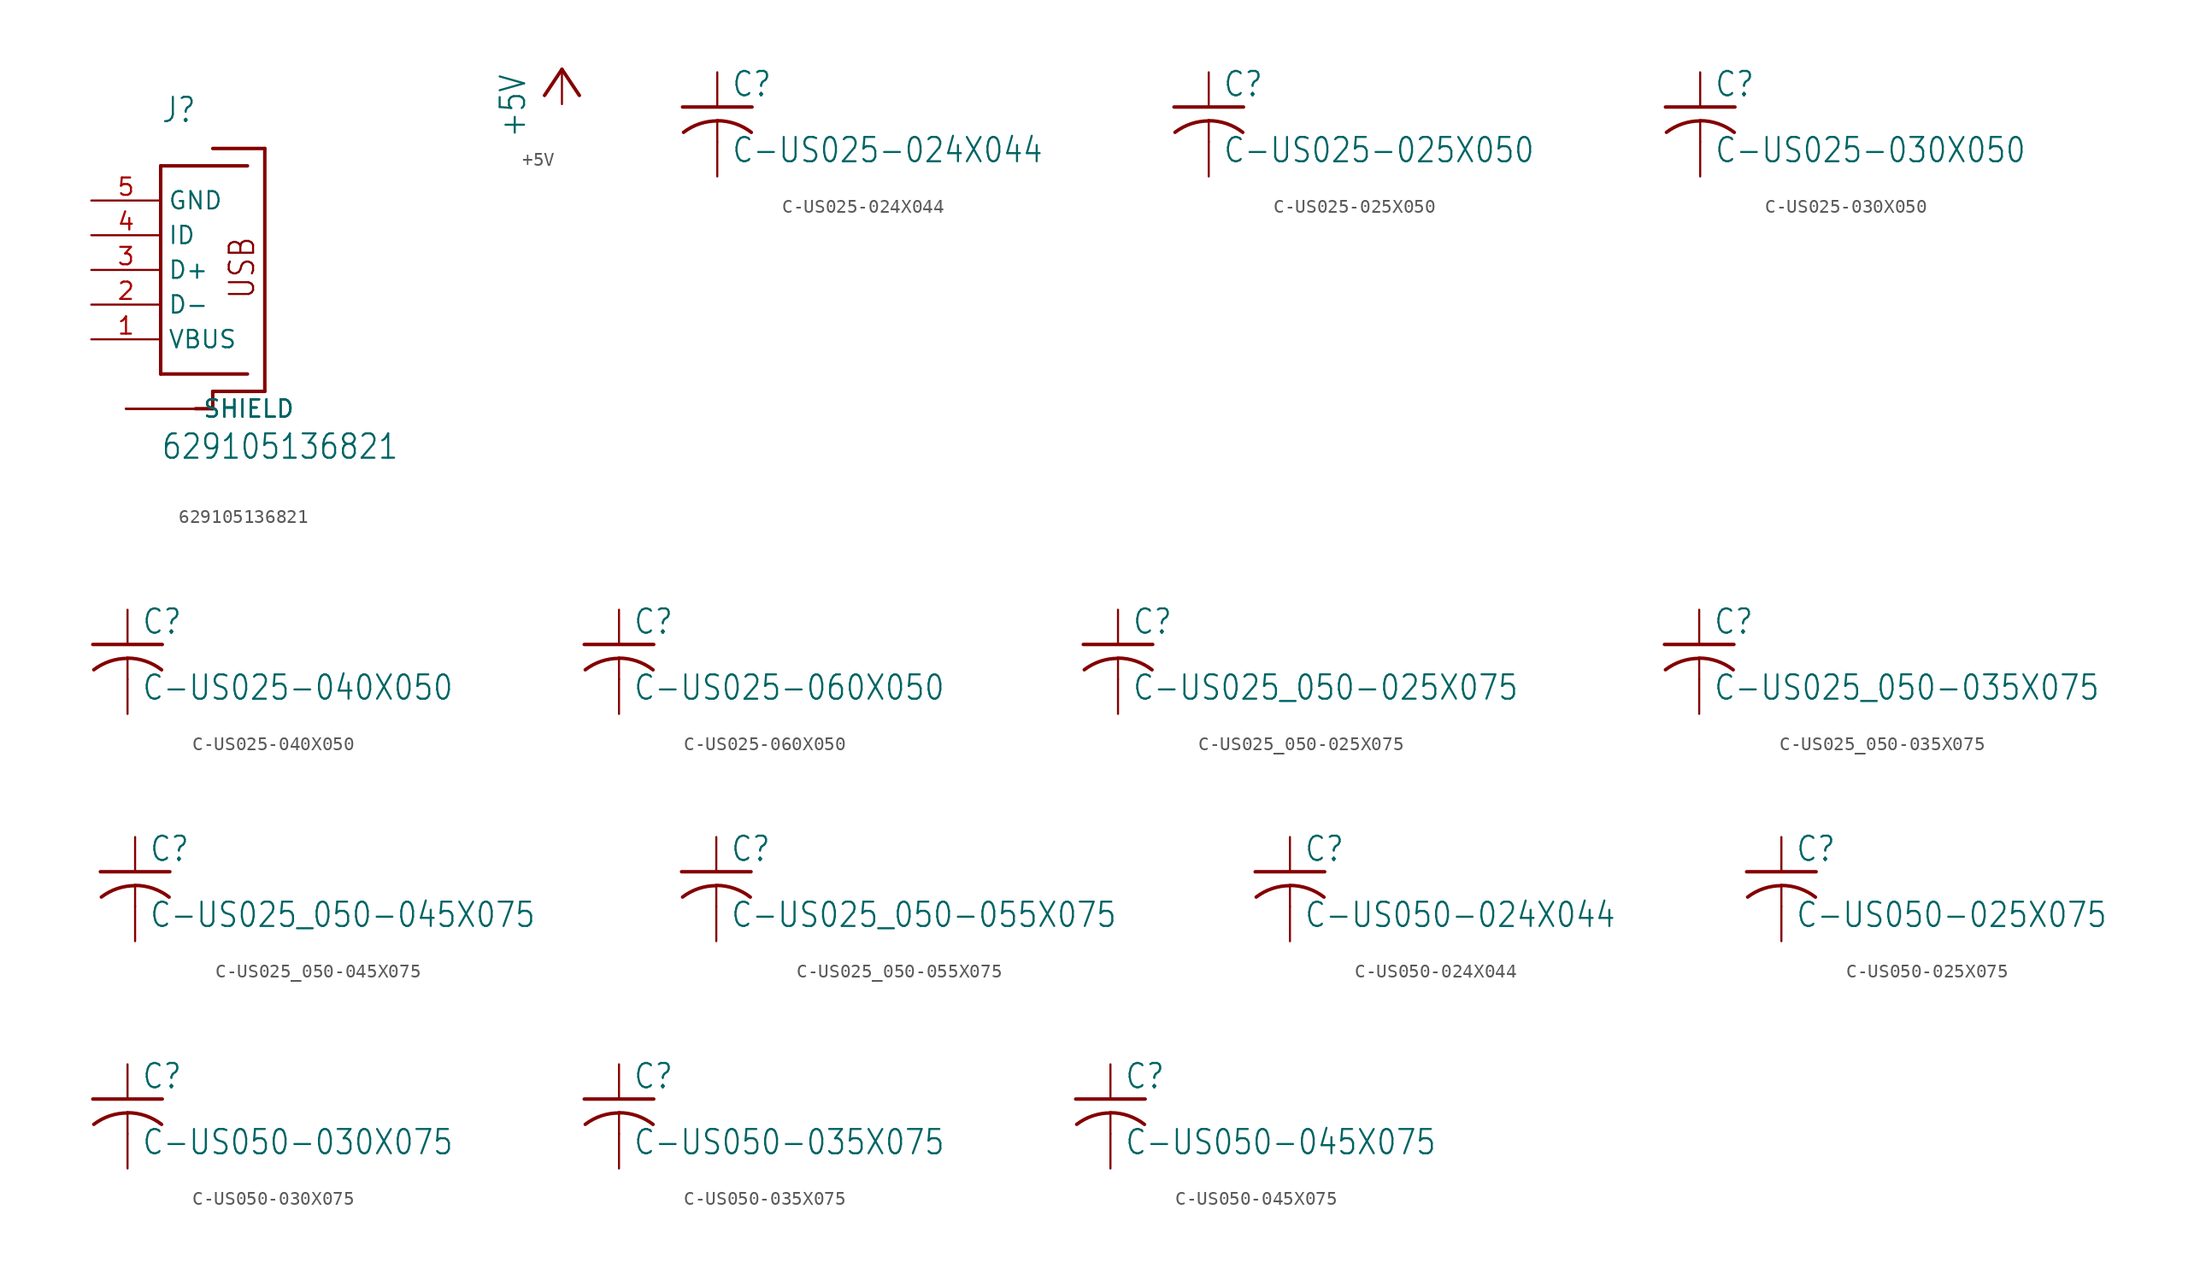
<source format=kicad_sym>
(kicad_symbol_lib
  (version 20201005)
  (generator kicad_symbol_editor)
  (symbol "629105136821"
    (property "Reference" "J"
      (at -2.54 10.668 0)
      (effects (font (size 1.778 1.511)) (justify left bottom)))
    (property "Value" "629105136821"
      (at -2.54 -13.97 0)
      (effects (font (size 1.778 1.511)) (justify left bottom)))
    (property "ki_locked" ""
      (at 0 0 0)
      (effects (font (size 1.27 1.27))))
    (symbol "629105136821_1_0"
      (text "USB" (at 4.445 -2.223 900) (effects (font (size 1.778 1.511)) (justify left bottom)))
      (polyline (pts (xy -2.54 -7.62) (xy -2.54 7.62)) (stroke (width 0.254)) (fill (type none)))
      (polyline (pts (xy -2.54 7.62) (xy 3.81 7.62)) (stroke (width 0.254)) (fill (type none)))
      (polyline (pts (xy 3.81 -7.62) (xy -2.54 -7.62)) (stroke (width 0.254)) (fill (type none)))
      (polyline (pts (xy 5.08 8.89) (xy 5.08 -8.89)) (stroke (width 0.254)) (fill (type none)))
      (polyline (pts (xy 5.08 -8.89) (xy 1.27 -8.89)) (stroke (width 0.254)) (fill (type none)))
      (polyline (pts (xy 1.27 -8.89) (xy 1.27 -10.16)) (stroke (width 0.254)) (fill (type none)))
      (polyline (pts (xy 0 -10.16) (xy 1.27 -10.16)) (stroke (width 0.254)) (fill (type none)))
      (polyline (pts (xy 1.27 8.89) (xy 5.08 8.89)) (stroke (width 0.254)) (fill (type none)))
      (pin passive line (at -7.62 5.08 0) (length 5.08) (name "GND" (effects (font (size 1.27 1.27)))) (number "5" (effects (font (size 1.27 1.27)))))
      (pin passive line (at -7.62 2.54 0) (length 5.08) (name "ID" (effects (font (size 1.27 1.27)))) (number "4" (effects (font (size 1.27 1.27)))))
      (pin passive line (at -7.62 0 0) (length 5.08) (name "D+" (effects (font (size 1.27 1.27)))) (number "3" (effects (font (size 1.27 1.27)))))
      (pin passive line (at -7.62 -2.54 0) (length 5.08) (name "D-" (effects (font (size 1.27 1.27)))) (number "2" (effects (font (size 1.27 1.27)))))
      (pin passive line (at -7.62 -5.08 0) (length 5.08) (name "VBUS" (effects (font (size 1.27 1.27)))) (number "1" (effects (font (size 1.27 1.27)))))
      (pin passive line (at -5.08 -10.16 0) (length 5.08) (name "SHIELD" (effects (font (size 1.27 1.27)))) (number "SHELL" (effects (font (size 0 0)))))
      (pin passive line (at -5.08 -10.16 0) (length 5.08) (name "SHIELD" (effects (font (size 1.27 1.27)))) (number "SHELL1" (effects (font (size 0 0)))))
      (pin passive line (at -5.08 -10.16 0) (length 5.08) (name "SHIELD" (effects (font (size 1.27 1.27)))) (number "SHELL2" (effects (font (size 0 0)))))
      (pin passive line (at -5.08 -10.16 0) (length 5.08) (name "SHIELD" (effects (font (size 1.27 1.27)))) (number "SHELL3" (effects (font (size 0 0)))))))
  (symbol "+5V"
    (power)
    (property "Reference" "#P+"
      (at 0 0 0)
      (effects (font (size 1.27 1.27)) hide))
    (property "Value" "+5V"
      (at -2.54 -5.08 90)
      (effects (font (size 1.778 1.511)) (justify left bottom)))
    (property "ki_locked" ""
      (at 0 0 0)
      (effects (font (size 1.27 1.27))))
    (symbol "+5V_1_0"
      (polyline (pts (xy 1.27 -1.905) (xy 0 0)) (stroke (width 0.254)) (fill (type none)))
      (polyline (pts (xy 0 0) (xy -1.27 -1.905)) (stroke (width 0.254)) (fill (type none)))
      (pin power_in line (at 0 -2.54 90) (length 2.54) (name "+5V" (effects (font (size 0 0)))) (number "1" (effects (font (size 0 0)))))))
  (symbol "C-US025-024X044"
    (property "Reference" "C"
      (at 1.016 0.635 0)
      (effects (font (size 1.778 1.511)) (justify left bottom)))
    (property "Value" "C-US025-024X044"
      (at 1.016 -4.191 0)
      (effects (font (size 1.778 1.511)) (justify left bottom)))
    (property "ki_locked" ""
      (at 0 0 0)
      (effects (font (size 1.27 1.27))))
    (symbol "C-US025-024X044_1_0"
      (arc (start 2.4892 -1.8542) (end 0 -1) (radius (at 0 -5.0542) (length 4.0541) (angles 52.1 90)) (stroke (width 0.254)) (fill (type none)))
      (arc (start 0 -1.0161) (end -2.4668 -1.8504) (radius (at 0 -5.0799) (length 4.0638) (angles 90 127.4)) (stroke (width 0.254)) (fill (type none)))
      (polyline (pts (xy -2.54 0) (xy 2.54 0)) (stroke (width 0.254)) (fill (type none)))
      (polyline (pts (xy 0 -1.016) (xy 0 -2.54)) (stroke (width 0.152)) (fill (type none)))
      (pin passive line (at 0 2.54 270) (length 2.54) (name "1" (effects (font (size 0 0)))) (number "1" (effects (font (size 0 0)))))
      (pin passive line (at 0 -5.08 90) (length 2.54) (name "2" (effects (font (size 0 0)))) (number "2" (effects (font (size 0 0)))))))
  (symbol "C-US025-025X050"
    (property "Reference" "C"
      (at 1.016 0.635 0)
      (effects (font (size 1.778 1.511)) (justify left bottom)))
    (property "Value" "C-US025-025X050"
      (at 1.016 -4.191 0)
      (effects (font (size 1.778 1.511)) (justify left bottom)))
    (property "ki_locked" ""
      (at 0 0 0)
      (effects (font (size 1.27 1.27))))
    (symbol "C-US025-025X050_1_0"
      (arc (start 2.4892 -1.8542) (end 0 -1) (radius (at 0 -5.0542) (length 4.0541) (angles 52.1 90)) (stroke (width 0.254)) (fill (type none)))
      (arc (start 0 -1.0161) (end -2.4668 -1.8504) (radius (at 0 -5.0799) (length 4.0638) (angles 90 127.4)) (stroke (width 0.254)) (fill (type none)))
      (polyline (pts (xy -2.54 0) (xy 2.54 0)) (stroke (width 0.254)) (fill (type none)))
      (polyline (pts (xy 0 -1.016) (xy 0 -2.54)) (stroke (width 0.152)) (fill (type none)))
      (pin passive line (at 0 2.54 270) (length 2.54) (name "1" (effects (font (size 0 0)))) (number "1" (effects (font (size 0 0)))))
      (pin passive line (at 0 -5.08 90) (length 2.54) (name "2" (effects (font (size 0 0)))) (number "2" (effects (font (size 0 0)))))))
  (symbol "C-US025-030X050"
    (property "Reference" "C"
      (at 1.016 0.635 0)
      (effects (font (size 1.778 1.511)) (justify left bottom)))
    (property "Value" "C-US025-030X050"
      (at 1.016 -4.191 0)
      (effects (font (size 1.778 1.511)) (justify left bottom)))
    (property "ki_locked" ""
      (at 0 0 0)
      (effects (font (size 1.27 1.27))))
    (symbol "C-US025-030X050_1_0"
      (arc (start 2.4892 -1.8542) (end 0 -1) (radius (at 0 -5.0542) (length 4.0541) (angles 52.1 90)) (stroke (width 0.254)) (fill (type none)))
      (arc (start 0 -1.0161) (end -2.4668 -1.8504) (radius (at 0 -5.0799) (length 4.0638) (angles 90 127.4)) (stroke (width 0.254)) (fill (type none)))
      (polyline (pts (xy -2.54 0) (xy 2.54 0)) (stroke (width 0.254)) (fill (type none)))
      (polyline (pts (xy 0 -1.016) (xy 0 -2.54)) (stroke (width 0.152)) (fill (type none)))
      (pin passive line (at 0 2.54 270) (length 2.54) (name "1" (effects (font (size 0 0)))) (number "1" (effects (font (size 0 0)))))
      (pin passive line (at 0 -5.08 90) (length 2.54) (name "2" (effects (font (size 0 0)))) (number "2" (effects (font (size 0 0)))))))
  (symbol "C-US025-040X050"
    (property "Reference" "C"
      (at 1.016 0.635 0)
      (effects (font (size 1.778 1.511)) (justify left bottom)))
    (property "Value" "C-US025-040X050"
      (at 1.016 -4.191 0)
      (effects (font (size 1.778 1.511)) (justify left bottom)))
    (property "ki_locked" ""
      (at 0 0 0)
      (effects (font (size 1.27 1.27))))
    (symbol "C-US025-040X050_1_0"
      (arc (start 2.4892 -1.8542) (end 0 -1) (radius (at 0 -5.0542) (length 4.0541) (angles 52.1 90)) (stroke (width 0.254)) (fill (type none)))
      (arc (start 0 -1.0161) (end -2.4668 -1.8504) (radius (at 0 -5.0799) (length 4.0638) (angles 90 127.4)) (stroke (width 0.254)) (fill (type none)))
      (polyline (pts (xy -2.54 0) (xy 2.54 0)) (stroke (width 0.254)) (fill (type none)))
      (polyline (pts (xy 0 -1.016) (xy 0 -2.54)) (stroke (width 0.152)) (fill (type none)))
      (pin passive line (at 0 2.54 270) (length 2.54) (name "1" (effects (font (size 0 0)))) (number "1" (effects (font (size 0 0)))))
      (pin passive line (at 0 -5.08 90) (length 2.54) (name "2" (effects (font (size 0 0)))) (number "2" (effects (font (size 0 0)))))))
  (symbol "C-US025-060X050"
    (property "Reference" "C"
      (at 1.016 0.635 0)
      (effects (font (size 1.778 1.511)) (justify left bottom)))
    (property "Value" "C-US025-060X050"
      (at 1.016 -4.191 0)
      (effects (font (size 1.778 1.511)) (justify left bottom)))
    (property "ki_locked" ""
      (at 0 0 0)
      (effects (font (size 1.27 1.27))))
    (symbol "C-US025-060X050_1_0"
      (arc (start 2.4892 -1.8542) (end 0 -1) (radius (at 0 -5.0542) (length 4.0541) (angles 52.1 90)) (stroke (width 0.254)) (fill (type none)))
      (arc (start 0 -1.0161) (end -2.4668 -1.8504) (radius (at 0 -5.0799) (length 4.0638) (angles 90 127.4)) (stroke (width 0.254)) (fill (type none)))
      (polyline (pts (xy -2.54 0) (xy 2.54 0)) (stroke (width 0.254)) (fill (type none)))
      (polyline (pts (xy 0 -1.016) (xy 0 -2.54)) (stroke (width 0.152)) (fill (type none)))
      (pin passive line (at 0 2.54 270) (length 2.54) (name "1" (effects (font (size 0 0)))) (number "1" (effects (font (size 0 0)))))
      (pin passive line (at 0 -5.08 90) (length 2.54) (name "2" (effects (font (size 0 0)))) (number "2" (effects (font (size 0 0)))))))
  (symbol "C-US025_050-025X075"
    (property "Reference" "C"
      (at 1.016 0.635 0)
      (effects (font (size 1.778 1.511)) (justify left bottom)))
    (property "Value" "C-US025_050-025X075"
      (at 1.016 -4.191 0)
      (effects (font (size 1.778 1.511)) (justify left bottom)))
    (property "ki_locked" ""
      (at 0 0 0)
      (effects (font (size 1.27 1.27))))
    (symbol "C-US025_050-025X075_1_0"
      (arc (start 2.4892 -1.8542) (end 0 -1) (radius (at 0 -5.0542) (length 4.0541) (angles 52.1 90)) (stroke (width 0.254)) (fill (type none)))
      (arc (start 0 -1.0161) (end -2.4668 -1.8504) (radius (at 0 -5.0799) (length 4.0638) (angles 90 127.4)) (stroke (width 0.254)) (fill (type none)))
      (polyline (pts (xy -2.54 0) (xy 2.54 0)) (stroke (width 0.254)) (fill (type none)))
      (polyline (pts (xy 0 -1.016) (xy 0 -2.54)) (stroke (width 0.152)) (fill (type none)))
      (pin passive line (at 0 2.54 270) (length 2.54) (name "1" (effects (font (size 0 0)))) (number "1" (effects (font (size 0 0)))))
      (pin passive line (at 0 -5.08 90) (length 2.54) (name "2" (effects (font (size 0 0)))) (number "2" (effects (font (size 0 0)))))))
  (symbol "C-US025_050-035X075"
    (property "Reference" "C"
      (at 1.016 0.635 0)
      (effects (font (size 1.778 1.511)) (justify left bottom)))
    (property "Value" "C-US025_050-035X075"
      (at 1.016 -4.191 0)
      (effects (font (size 1.778 1.511)) (justify left bottom)))
    (property "ki_locked" ""
      (at 0 0 0)
      (effects (font (size 1.27 1.27))))
    (symbol "C-US025_050-035X075_1_0"
      (arc (start 2.4892 -1.8542) (end 0 -1) (radius (at 0 -5.0542) (length 4.0541) (angles 52.1 90)) (stroke (width 0.254)) (fill (type none)))
      (arc (start 0 -1.0161) (end -2.4668 -1.8504) (radius (at 0 -5.0799) (length 4.0638) (angles 90 127.4)) (stroke (width 0.254)) (fill (type none)))
      (polyline (pts (xy -2.54 0) (xy 2.54 0)) (stroke (width 0.254)) (fill (type none)))
      (polyline (pts (xy 0 -1.016) (xy 0 -2.54)) (stroke (width 0.152)) (fill (type none)))
      (pin passive line (at 0 2.54 270) (length 2.54) (name "1" (effects (font (size 0 0)))) (number "1" (effects (font (size 0 0)))))
      (pin passive line (at 0 -5.08 90) (length 2.54) (name "2" (effects (font (size 0 0)))) (number "2" (effects (font (size 0 0)))))))
  (symbol "C-US025_050-045X075"
    (property "Reference" "C"
      (at 1.016 0.635 0)
      (effects (font (size 1.778 1.511)) (justify left bottom)))
    (property "Value" "C-US025_050-045X075"
      (at 1.016 -4.191 0)
      (effects (font (size 1.778 1.511)) (justify left bottom)))
    (property "ki_locked" ""
      (at 0 0 0)
      (effects (font (size 1.27 1.27))))
    (symbol "C-US025_050-045X075_1_0"
      (arc (start 2.4892 -1.8542) (end 0 -1) (radius (at 0 -5.0542) (length 4.0541) (angles 52.1 90)) (stroke (width 0.254)) (fill (type none)))
      (arc (start 0 -1.0161) (end -2.4668 -1.8504) (radius (at 0 -5.0799) (length 4.0638) (angles 90 127.4)) (stroke (width 0.254)) (fill (type none)))
      (polyline (pts (xy -2.54 0) (xy 2.54 0)) (stroke (width 0.254)) (fill (type none)))
      (polyline (pts (xy 0 -1.016) (xy 0 -2.54)) (stroke (width 0.152)) (fill (type none)))
      (pin passive line (at 0 2.54 270) (length 2.54) (name "1" (effects (font (size 0 0)))) (number "1" (effects (font (size 0 0)))))
      (pin passive line (at 0 -5.08 90) (length 2.54) (name "2" (effects (font (size 0 0)))) (number "2" (effects (font (size 0 0)))))))
  (symbol "C-US025_050-055X075"
    (property "Reference" "C"
      (at 1.016 0.635 0)
      (effects (font (size 1.778 1.511)) (justify left bottom)))
    (property "Value" "C-US025_050-055X075"
      (at 1.016 -4.191 0)
      (effects (font (size 1.778 1.511)) (justify left bottom)))
    (property "ki_locked" ""
      (at 0 0 0)
      (effects (font (size 1.27 1.27))))
    (symbol "C-US025_050-055X075_1_0"
      (arc (start 2.4892 -1.8542) (end 0 -1) (radius (at 0 -5.0542) (length 4.0541) (angles 52.1 90)) (stroke (width 0.254)) (fill (type none)))
      (arc (start 0 -1.0161) (end -2.4668 -1.8504) (radius (at 0 -5.0799) (length 4.0638) (angles 90 127.4)) (stroke (width 0.254)) (fill (type none)))
      (polyline (pts (xy -2.54 0) (xy 2.54 0)) (stroke (width 0.254)) (fill (type none)))
      (polyline (pts (xy 0 -1.016) (xy 0 -2.54)) (stroke (width 0.152)) (fill (type none)))
      (pin passive line (at 0 2.54 270) (length 2.54) (name "1" (effects (font (size 0 0)))) (number "1" (effects (font (size 0 0)))))
      (pin passive line (at 0 -5.08 90) (length 2.54) (name "2" (effects (font (size 0 0)))) (number "2" (effects (font (size 0 0)))))))
  (symbol "C-US050-024X044"
    (property "Reference" "C"
      (at 1.016 0.635 0)
      (effects (font (size 1.778 1.511)) (justify left bottom)))
    (property "Value" "C-US050-024X044"
      (at 1.016 -4.191 0)
      (effects (font (size 1.778 1.511)) (justify left bottom)))
    (property "ki_locked" ""
      (at 0 0 0)
      (effects (font (size 1.27 1.27))))
    (symbol "C-US050-024X044_1_0"
      (arc (start 2.4892 -1.8542) (end 0 -1) (radius (at 0 -5.0542) (length 4.0541) (angles 52.1 90)) (stroke (width 0.254)) (fill (type none)))
      (arc (start 0 -1.0161) (end -2.4668 -1.8504) (radius (at 0 -5.0799) (length 4.0638) (angles 90 127.4)) (stroke (width 0.254)) (fill (type none)))
      (polyline (pts (xy -2.54 0) (xy 2.54 0)) (stroke (width 0.254)) (fill (type none)))
      (polyline (pts (xy 0 -1.016) (xy 0 -2.54)) (stroke (width 0.152)) (fill (type none)))
      (pin passive line (at 0 2.54 270) (length 2.54) (name "1" (effects (font (size 0 0)))) (number "1" (effects (font (size 0 0)))))
      (pin passive line (at 0 -5.08 90) (length 2.54) (name "2" (effects (font (size 0 0)))) (number "2" (effects (font (size 0 0)))))))
  (symbol "C-US050-025X075"
    (property "Reference" "C"
      (at 1.016 0.635 0)
      (effects (font (size 1.778 1.511)) (justify left bottom)))
    (property "Value" "C-US050-025X075"
      (at 1.016 -4.191 0)
      (effects (font (size 1.778 1.511)) (justify left bottom)))
    (property "ki_locked" ""
      (at 0 0 0)
      (effects (font (size 1.27 1.27))))
    (symbol "C-US050-025X075_1_0"
      (arc (start 2.4892 -1.8542) (end 0 -1) (radius (at 0 -5.0542) (length 4.0541) (angles 52.1 90)) (stroke (width 0.254)) (fill (type none)))
      (arc (start 0 -1.0161) (end -2.4668 -1.8504) (radius (at 0 -5.0799) (length 4.0638) (angles 90 127.4)) (stroke (width 0.254)) (fill (type none)))
      (polyline (pts (xy -2.54 0) (xy 2.54 0)) (stroke (width 0.254)) (fill (type none)))
      (polyline (pts (xy 0 -1.016) (xy 0 -2.54)) (stroke (width 0.152)) (fill (type none)))
      (pin passive line (at 0 2.54 270) (length 2.54) (name "1" (effects (font (size 0 0)))) (number "1" (effects (font (size 0 0)))))
      (pin passive line (at 0 -5.08 90) (length 2.54) (name "2" (effects (font (size 0 0)))) (number "2" (effects (font (size 0 0)))))))
  (symbol "C-US050-030X075"
    (property "Reference" "C"
      (at 1.016 0.635 0)
      (effects (font (size 1.778 1.511)) (justify left bottom)))
    (property "Value" "C-US050-030X075"
      (at 1.016 -4.191 0)
      (effects (font (size 1.778 1.511)) (justify left bottom)))
    (property "ki_locked" ""
      (at 0 0 0)
      (effects (font (size 1.27 1.27))))
    (symbol "C-US050-030X075_1_0"
      (arc (start 2.4892 -1.8542) (end 0 -1) (radius (at 0 -5.0542) (length 4.0541) (angles 52.1 90)) (stroke (width 0.254)) (fill (type none)))
      (arc (start 0 -1.0161) (end -2.4668 -1.8504) (radius (at 0 -5.0799) (length 4.0638) (angles 90 127.4)) (stroke (width 0.254)) (fill (type none)))
      (polyline (pts (xy -2.54 0) (xy 2.54 0)) (stroke (width 0.254)) (fill (type none)))
      (polyline (pts (xy 0 -1.016) (xy 0 -2.54)) (stroke (width 0.152)) (fill (type none)))
      (pin passive line (at 0 2.54 270) (length 2.54) (name "1" (effects (font (size 0 0)))) (number "1" (effects (font (size 0 0)))))
      (pin passive line (at 0 -5.08 90) (length 2.54) (name "2" (effects (font (size 0 0)))) (number "2" (effects (font (size 0 0)))))))
  (symbol "C-US050-035X075"
    (property "Reference" "C"
      (at 1.016 0.635 0)
      (effects (font (size 1.778 1.511)) (justify left bottom)))
    (property "Value" "C-US050-035X075"
      (at 1.016 -4.191 0)
      (effects (font (size 1.778 1.511)) (justify left bottom)))
    (property "ki_locked" ""
      (at 0 0 0)
      (effects (font (size 1.27 1.27))))
    (symbol "C-US050-035X075_1_0"
      (arc (start 2.4892 -1.8542) (end 0 -1) (radius (at 0 -5.0542) (length 4.0541) (angles 52.1 90)) (stroke (width 0.254)) (fill (type none)))
      (arc (start 0 -1.0161) (end -2.4668 -1.8504) (radius (at 0 -5.0799) (length 4.0638) (angles 90 127.4)) (stroke (width 0.254)) (fill (type none)))
      (polyline (pts (xy -2.54 0) (xy 2.54 0)) (stroke (width 0.254)) (fill (type none)))
      (polyline (pts (xy 0 -1.016) (xy 0 -2.54)) (stroke (width 0.152)) (fill (type none)))
      (pin passive line (at 0 2.54 270) (length 2.54) (name "1" (effects (font (size 0 0)))) (number "1" (effects (font (size 0 0)))))
      (pin passive line (at 0 -5.08 90) (length 2.54) (name "2" (effects (font (size 0 0)))) (number "2" (effects (font (size 0 0)))))))
  (symbol "C-US050-045X075"
    (property "Reference" "C"
      (at 1.016 0.635 0)
      (effects (font (size 1.778 1.511)) (justify left bottom)))
    (property "Value" "C-US050-045X075"
      (at 1.016 -4.191 0)
      (effects (font (size 1.778 1.511)) (justify left bottom)))
    (property "ki_locked" ""
      (at 0 0 0)
      (effects (font (size 1.27 1.27))))
    (symbol "C-US050-045X075_1_0"
      (arc (start 2.4892 -1.8542) (end 0 -1) (radius (at 0 -5.0542) (length 4.0541) (angles 52.1 90)) (stroke (width 0.254)) (fill (type none)))
      (arc (start 0 -1.0161) (end -2.4668 -1.8504) (radius (at 0 -5.0799) (length 4.0638) (angles 90 127.4)) (stroke (width 0.254)) (fill (type none)))
      (polyline (pts (xy -2.54 0) (xy 2.54 0)) (stroke (width 0.254)) (fill (type none)))
      (polyline (pts (xy 0 -1.016) (xy 0 -2.54)) (stroke (width 0.152)) (fill (type none)))
      (pin passive line (at 0 2.54 270) (length 2.54) (name "1" (effects (font (size 0 0)))) (number "1" (effects (font (size 0 0)))))
      (pin passive line (at 0 -5.08 90) (length 2.54) (name "2" (effects (font (size 0 0)))) (number "2" (effects (font (size 0 0))))))))
</source>
